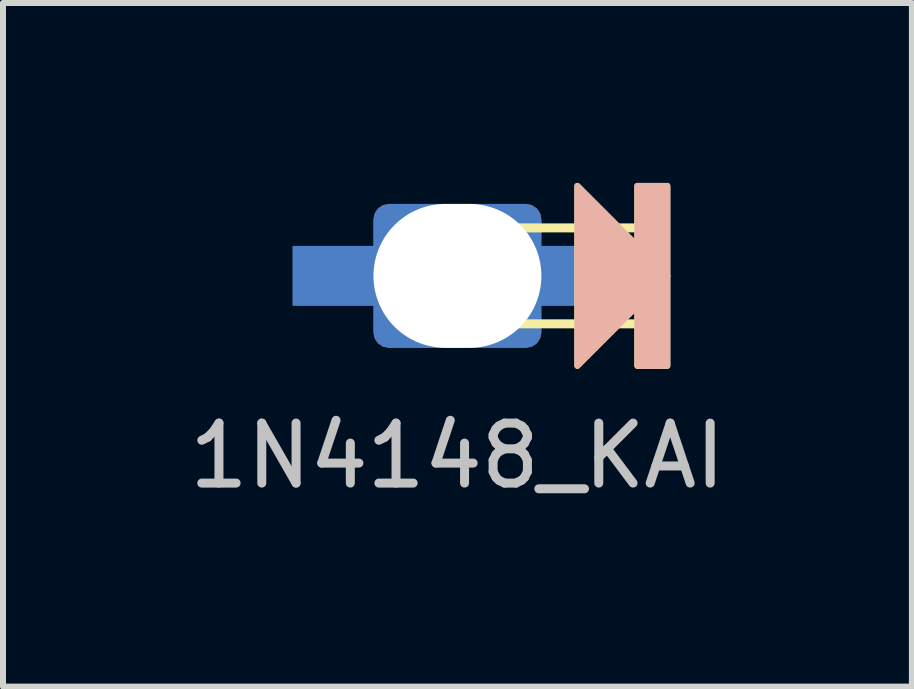
<source format=kicad_pcb>
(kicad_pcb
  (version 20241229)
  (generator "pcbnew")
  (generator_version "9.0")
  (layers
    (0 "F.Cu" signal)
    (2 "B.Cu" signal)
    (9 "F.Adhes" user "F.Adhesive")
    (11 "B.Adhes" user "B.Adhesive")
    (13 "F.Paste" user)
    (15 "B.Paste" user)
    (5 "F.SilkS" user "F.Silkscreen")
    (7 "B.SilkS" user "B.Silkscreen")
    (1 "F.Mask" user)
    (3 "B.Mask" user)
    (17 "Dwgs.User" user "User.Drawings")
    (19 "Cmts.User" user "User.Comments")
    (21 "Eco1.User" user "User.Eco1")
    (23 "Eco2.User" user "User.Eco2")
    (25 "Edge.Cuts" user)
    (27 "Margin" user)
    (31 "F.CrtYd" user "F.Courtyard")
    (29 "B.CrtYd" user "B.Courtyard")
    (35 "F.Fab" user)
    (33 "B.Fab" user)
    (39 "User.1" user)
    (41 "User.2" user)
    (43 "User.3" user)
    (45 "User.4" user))
  (footprint "1N4148_KAI"
    (layer "F.Cu")
    (at 4.577 1.55)
    (property "Reference" "1N4148_KAI" (at 0 3 0) (layer "Dwgs.User") (effects (font (size 1 1) (thickness 0.15))))
    (attr through_hole)
    (fp_line (start 0.6 -0.8) (end 2 -0.8) (stroke (width 0.15) (type solid)) (layer "F.SilkS"))
    (fp_line (start 0.6 0.8) (end 0.6 -0.8) (stroke (width 0.15) (type solid)) (layer "F.SilkS"))
    (fp_line (start 2 -0.8) (end 3.4 -0.8) (stroke (width 0.15) (type solid)) (layer "F.SilkS"))
    (fp_line (start 3.4 -0.8) (end 3.4 0.8) (stroke (width 0.15) (type solid)) (layer "F.SilkS"))
    (fp_line (start 3.4 0.8) (end 0.6 0.8) (stroke (width 0.15) (type solid)) (layer "F.SilkS"))
    (fp_poly (pts (xy 2 1.5) (xy 3.5 0) (xy 2 -1.5)) (stroke (width 0.1) (type solid)) (fill yes) (layer "F.SilkS"))
    (fp_poly (pts (xy 3 -1.5) (xy 3 1.5) (xy 3.5 1.5) (xy 3.5 -1.5)) (stroke (width 0.1) (type solid)) (fill yes) (layer "F.SilkS"))
    (fp_poly (pts (xy 3.5 0) (xy 2 -1.5) (xy 2 1.5)) (stroke (width 0.1) (type solid)) (fill yes) (layer "B.SilkS"))
    (fp_poly (pts (xy 3 -1.5) (xy 3.5 -1.5) (xy 3.5 1.5) (xy 3 1.5)) (stroke (width 0.1) (type solid)) (fill yes) (layer "B.SilkS"))
    (pad "" np_thru_hole roundrect (at 0 0) (size 2.8 2.4) (drill oval 2.8 2.4) (layers "*.Cu" "*.Mask") (roundrect_rratio 0.107))
    (pad "1" smd rect (at -2 0) (size 1.5 1) (layers "B.Cu" "B.Mask" "B.Paste"))
    (pad "2" smd rect (at 2 0) (size 1.5 1) (layers "B.Cu" "B.Mask" "B.Paste")))
  (gr_rect
    (start -3 -3)
    (end 12.155 8.398)
    (stroke (width 0.1) (type default))
    (fill no)
    (layer "Edge.Cuts")))
</source>
